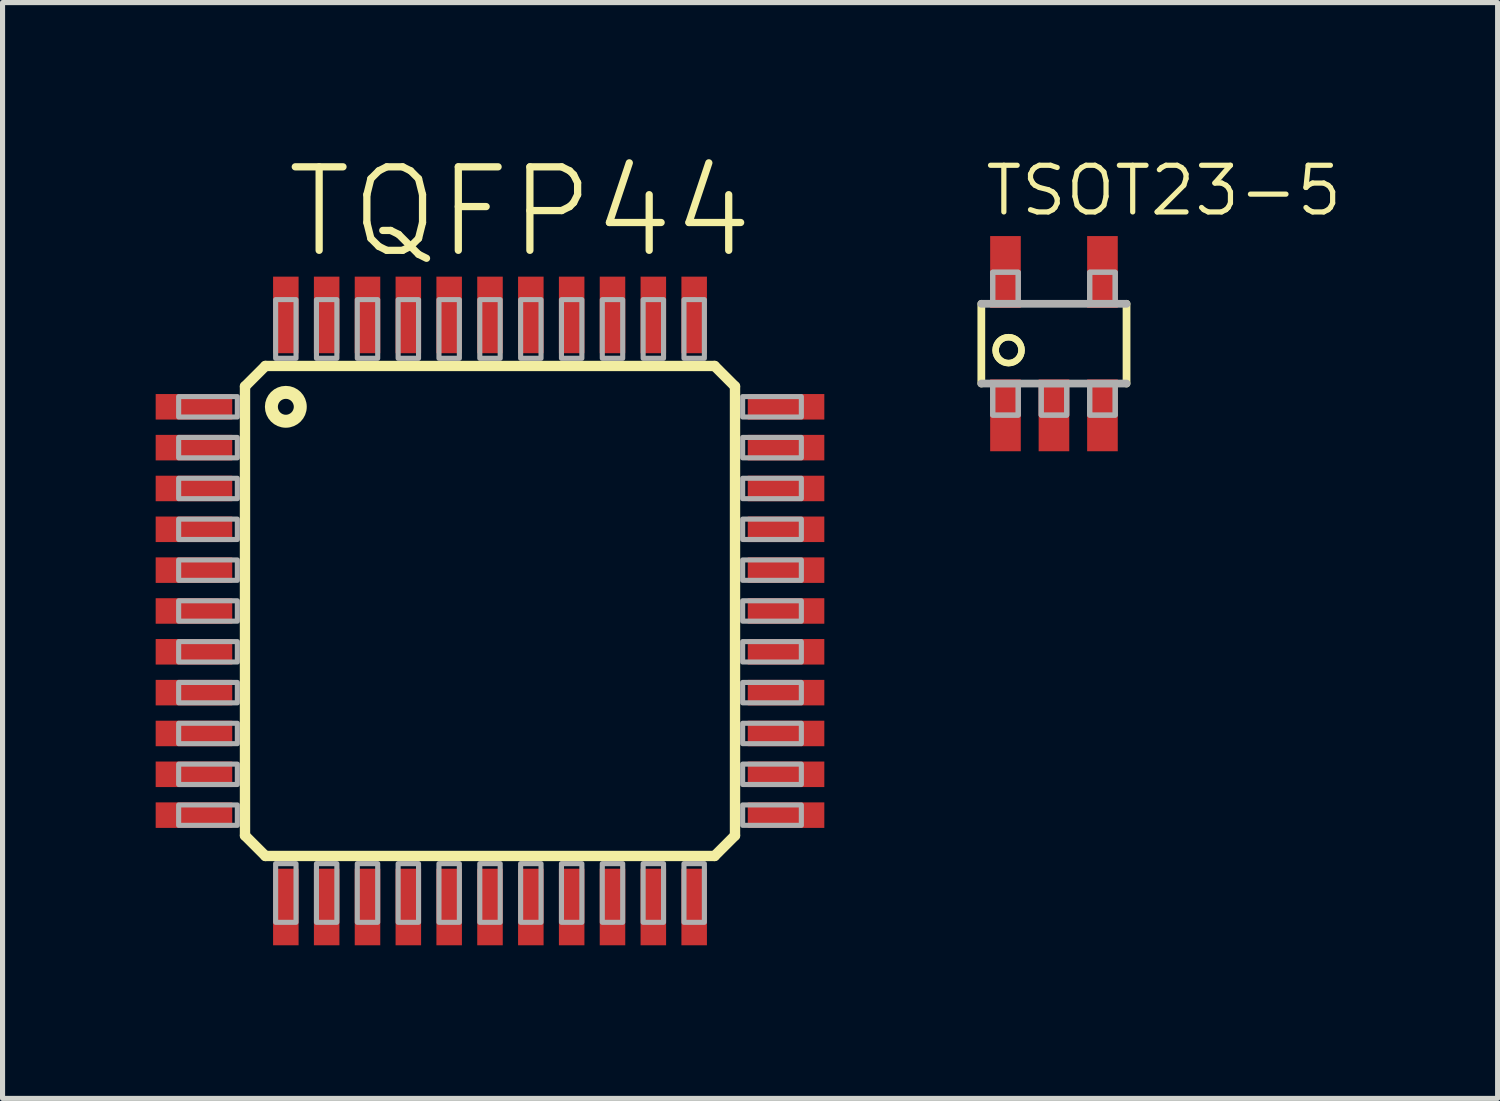
<source format=kicad_pcb>
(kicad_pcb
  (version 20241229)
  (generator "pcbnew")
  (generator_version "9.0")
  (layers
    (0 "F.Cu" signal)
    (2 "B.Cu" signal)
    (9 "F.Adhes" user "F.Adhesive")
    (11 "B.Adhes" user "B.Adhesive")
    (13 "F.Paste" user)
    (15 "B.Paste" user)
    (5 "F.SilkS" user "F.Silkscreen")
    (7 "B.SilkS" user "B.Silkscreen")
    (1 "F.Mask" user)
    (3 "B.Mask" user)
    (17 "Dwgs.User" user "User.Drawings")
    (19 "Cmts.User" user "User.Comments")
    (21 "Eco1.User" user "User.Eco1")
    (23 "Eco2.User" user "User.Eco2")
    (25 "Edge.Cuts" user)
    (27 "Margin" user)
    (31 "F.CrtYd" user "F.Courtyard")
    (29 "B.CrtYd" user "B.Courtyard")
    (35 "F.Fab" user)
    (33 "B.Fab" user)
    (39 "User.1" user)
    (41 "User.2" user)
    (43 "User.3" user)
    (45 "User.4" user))
  (footprint "TSOT23-5"
    (layer "F.Cu")
    (at 17.599 3.683)
    (property "Reference" "TSOT23-5" (at -1.397 -2.464 0) (layer "F.SilkS") (effects (font (size 0.914 0.914) (thickness 0.102)) (justify left bottom)))
    (fp_line (start -1.423 0.781) (end -1.423 -0.781) (stroke (width 0.152) (type solid)) (layer "F.SilkS"))
    (fp_line (start 1.422 -0.781) (end 1.422 0.781) (stroke (width 0.152) (type solid)) (layer "F.SilkS"))
    (fp_circle (center -0.889 0.127) (end -0.635 0.127) (stroke (width 0.127) (type solid)) (fill no) (layer "F.SilkS"))
    (fp_circle (center -0.889 0.127) (end -0.635 0.127) (stroke (width 0.127) (type solid)) (fill no) (layer "F.SilkS"))
    (fp_line (start -1.423 -0.781) (end 1.422 -0.781) (stroke (width 0.152) (type solid)) (layer "F.Fab"))
    (fp_line (start 1.422 0.781) (end -1.423 0.781) (stroke (width 0.152) (type solid)) (layer "F.Fab"))
    (fp_poly (pts (xy -1.2 -0.8) (xy -0.7 -0.8) (xy -0.7 -1.4) (xy -1.2 -1.4)) (stroke (width 0.1) (type solid)) (fill no) (layer "F.Fab"))
    (fp_poly (pts (xy -1.2 -0.8) (xy -0.7 -0.8) (xy -0.7 -1.4) (xy -1.2 -1.4)) (stroke (width 0.1) (type solid)) (fill no) (layer "F.Fab"))
    (fp_poly (pts (xy -1.2 1.4) (xy -0.7 1.4) (xy -0.7 0.8) (xy -1.2 0.8)) (stroke (width 0.1) (type solid)) (fill no) (layer "F.Fab"))
    (fp_poly (pts (xy -1.2 1.4) (xy -0.7 1.4) (xy -0.7 0.8) (xy -1.2 0.8)) (stroke (width 0.1) (type solid)) (fill no) (layer "F.Fab"))
    (fp_poly (pts (xy -0.25 1.4) (xy 0.25 1.4) (xy 0.25 0.8) (xy -0.25 0.8)) (stroke (width 0.1) (type solid)) (fill no) (layer "F.Fab"))
    (fp_poly (pts (xy -0.25 1.4) (xy 0.25 1.4) (xy 0.25 0.8) (xy -0.25 0.8)) (stroke (width 0.1) (type solid)) (fill no) (layer "F.Fab"))
    (fp_poly (pts (xy 0.7 -0.8) (xy 1.2 -0.8) (xy 1.2 -1.4) (xy 0.7 -1.4)) (stroke (width 0.1) (type solid)) (fill no) (layer "F.Fab"))
    (fp_poly (pts (xy 0.7 -0.8) (xy 1.2 -0.8) (xy 1.2 -1.4) (xy 0.7 -1.4)) (stroke (width 0.1) (type solid)) (fill no) (layer "F.Fab"))
    (fp_poly (pts (xy 0.7 1.4) (xy 1.2 1.4) (xy 1.2 0.8) (xy 0.7 0.8)) (stroke (width 0.1) (type solid)) (fill no) (layer "F.Fab"))
    (fp_poly (pts (xy 0.7 1.4) (xy 1.2 1.4) (xy 1.2 0.8) (xy 0.7 0.8)) (stroke (width 0.1) (type solid)) (fill no) (layer "F.Fab"))
    (pad "1" smd rect (at -0.95 1.404) (size 0.6 1.408) (layers "F.Cu" "F.Mask" "F.Paste"))
    (pad "2" smd rect (at 0 1.404) (size 0.6 1.408) (layers "F.Cu" "F.Mask" "F.Paste"))
    (pad "3" smd rect (at 0.95 1.404) (size 0.6 1.408) (layers "F.Cu" "F.Mask" "F.Paste"))
    (pad "4" smd rect (at 0.95 -1.404) (size 0.6 1.408) (layers "F.Cu" "F.Mask" "F.Paste"))
    (pad "5" smd rect (at -0.95 -1.404) (size 0.6 1.408) (layers "F.Cu" "F.Mask" "F.Paste")))
  (footprint "TQFP44"
    (layer "F.Cu")
    (at 6.55 8.92)
    (property "Reference" "TQFP44" (at -4.064 -6.858 0) (layer "F.SilkS") (effects (font (size 1.636 1.636) (thickness 0.142)) (justify left bottom)))
    (fp_line (start -4.8 -4.4) (end -4.4 -4.8) (stroke (width 0.203) (type solid)) (layer "F.SilkS"))
    (fp_line (start -4.8 4.4) (end -4.8 -4.4) (stroke (width 0.203) (type solid)) (layer "F.SilkS"))
    (fp_line (start -4.4 -4.8) (end 4.4 -4.8) (stroke (width 0.203) (type solid)) (layer "F.SilkS"))
    (fp_line (start -4.4 4.8) (end -4.8 4.4) (stroke (width 0.203) (type solid)) (layer "F.SilkS"))
    (fp_line (start 4.4 -4.8) (end 4.8 -4.4) (stroke (width 0.203) (type solid)) (layer "F.SilkS"))
    (fp_line (start 4.4 4.8) (end -4.4 4.8) (stroke (width 0.203) (type solid)) (layer "F.SilkS"))
    (fp_line (start 4.8 -4.4) (end 4.8 4.4) (stroke (width 0.203) (type solid)) (layer "F.SilkS"))
    (fp_line (start 4.8 4.4) (end 4.4 4.8) (stroke (width 0.203) (type solid)) (layer "F.SilkS"))
    (fp_circle (center -4 -4) (end -3.717 -4) (stroke (width 0.254) (type solid)) (fill no) (layer "F.SilkS"))
    (fp_poly (pts (xy -6.1 -3.8) (xy -4.95 -3.8) (xy -4.95 -4.2) (xy -6.1 -4.2)) (stroke (width 0.1) (type solid)) (fill no) (layer "F.Fab"))
    (fp_poly (pts (xy -6.1 -3) (xy -4.95 -3) (xy -4.95 -3.4) (xy -6.1 -3.4)) (stroke (width 0.1) (type solid)) (fill no) (layer "F.Fab"))
    (fp_poly (pts (xy -6.1 -2.2) (xy -4.95 -2.2) (xy -4.95 -2.6) (xy -6.1 -2.6)) (stroke (width 0.1) (type solid)) (fill no) (layer "F.Fab"))
    (fp_poly (pts (xy -6.1 -1.4) (xy -4.95 -1.4) (xy -4.95 -1.8) (xy -6.1 -1.8)) (stroke (width 0.1) (type solid)) (fill no) (layer "F.Fab"))
    (fp_poly (pts (xy -6.1 -0.6) (xy -4.95 -0.6) (xy -4.95 -1) (xy -6.1 -1)) (stroke (width 0.1) (type solid)) (fill no) (layer "F.Fab"))
    (fp_poly (pts (xy -6.1 0.2) (xy -4.95 0.2) (xy -4.95 -0.2) (xy -6.1 -0.2)) (stroke (width 0.1) (type solid)) (fill no) (layer "F.Fab"))
    (fp_poly (pts (xy -6.1 1) (xy -4.95 1) (xy -4.95 0.6) (xy -6.1 0.6)) (stroke (width 0.1) (type solid)) (fill no) (layer "F.Fab"))
    (fp_poly (pts (xy -6.1 1.8) (xy -4.95 1.8) (xy -4.95 1.4) (xy -6.1 1.4)) (stroke (width 0.1) (type solid)) (fill no) (layer "F.Fab"))
    (fp_poly (pts (xy -6.1 2.6) (xy -4.95 2.6) (xy -4.95 2.2) (xy -6.1 2.2)) (stroke (width 0.1) (type solid)) (fill no) (layer "F.Fab"))
    (fp_poly (pts (xy -6.1 3.4) (xy -4.95 3.4) (xy -4.95 3) (xy -6.1 3)) (stroke (width 0.1) (type solid)) (fill no) (layer "F.Fab"))
    (fp_poly (pts (xy -6.1 4.2) (xy -4.95 4.2) (xy -4.95 3.8) (xy -6.1 3.8)) (stroke (width 0.1) (type solid)) (fill no) (layer "F.Fab"))
    (fp_poly (pts (xy -4.2 -4.95) (xy -3.8 -4.95) (xy -3.8 -6.1) (xy -4.2 -6.1)) (stroke (width 0.1) (type solid)) (fill no) (layer "F.Fab"))
    (fp_poly (pts (xy -4.2 6.1) (xy -3.8 6.1) (xy -3.8 4.95) (xy -4.2 4.95)) (stroke (width 0.1) (type solid)) (fill no) (layer "F.Fab"))
    (fp_poly (pts (xy -3.4 -4.95) (xy -3 -4.95) (xy -3 -6.1) (xy -3.4 -6.1)) (stroke (width 0.1) (type solid)) (fill no) (layer "F.Fab"))
    (fp_poly (pts (xy -3.4 6.1) (xy -3 6.1) (xy -3 4.95) (xy -3.4 4.95)) (stroke (width 0.1) (type solid)) (fill no) (layer "F.Fab"))
    (fp_poly (pts (xy -2.6 -4.95) (xy -2.2 -4.95) (xy -2.2 -6.1) (xy -2.6 -6.1)) (stroke (width 0.1) (type solid)) (fill no) (layer "F.Fab"))
    (fp_poly (pts (xy -2.6 6.1) (xy -2.2 6.1) (xy -2.2 4.95) (xy -2.6 4.95)) (stroke (width 0.1) (type solid)) (fill no) (layer "F.Fab"))
    (fp_poly (pts (xy -1.8 -4.95) (xy -1.4 -4.95) (xy -1.4 -6.1) (xy -1.8 -6.1)) (stroke (width 0.1) (type solid)) (fill no) (layer "F.Fab"))
    (fp_poly (pts (xy -1.8 6.1) (xy -1.4 6.1) (xy -1.4 4.95) (xy -1.8 4.95)) (stroke (width 0.1) (type solid)) (fill no) (layer "F.Fab"))
    (fp_poly (pts (xy -1 -4.95) (xy -0.6 -4.95) (xy -0.6 -6.1) (xy -1 -6.1)) (stroke (width 0.1) (type solid)) (fill no) (layer "F.Fab"))
    (fp_poly (pts (xy -1 6.1) (xy -0.6 6.1) (xy -0.6 4.95) (xy -1 4.95)) (stroke (width 0.1) (type solid)) (fill no) (layer "F.Fab"))
    (fp_poly (pts (xy -0.2 -4.95) (xy 0.2 -4.95) (xy 0.2 -6.1) (xy -0.2 -6.1)) (stroke (width 0.1) (type solid)) (fill no) (layer "F.Fab"))
    (fp_poly (pts (xy -0.2 6.1) (xy 0.2 6.1) (xy 0.2 4.95) (xy -0.2 4.95)) (stroke (width 0.1) (type solid)) (fill no) (layer "F.Fab"))
    (fp_poly (pts (xy 0.6 -4.95) (xy 1 -4.95) (xy 1 -6.1) (xy 0.6 -6.1)) (stroke (width 0.1) (type solid)) (fill no) (layer "F.Fab"))
    (fp_poly (pts (xy 0.6 6.1) (xy 1 6.1) (xy 1 4.95) (xy 0.6 4.95)) (stroke (width 0.1) (type solid)) (fill no) (layer "F.Fab"))
    (fp_poly (pts (xy 1.4 -4.95) (xy 1.8 -4.95) (xy 1.8 -6.1) (xy 1.4 -6.1)) (stroke (width 0.1) (type solid)) (fill no) (layer "F.Fab"))
    (fp_poly (pts (xy 1.4 6.1) (xy 1.8 6.1) (xy 1.8 4.95) (xy 1.4 4.95)) (stroke (width 0.1) (type solid)) (fill no) (layer "F.Fab"))
    (fp_poly (pts (xy 2.2 -4.95) (xy 2.6 -4.95) (xy 2.6 -6.1) (xy 2.2 -6.1)) (stroke (width 0.1) (type solid)) (fill no) (layer "F.Fab"))
    (fp_poly (pts (xy 2.2 6.1) (xy 2.6 6.1) (xy 2.6 4.95) (xy 2.2 4.95)) (stroke (width 0.1) (type solid)) (fill no) (layer "F.Fab"))
    (fp_poly (pts (xy 3 -4.95) (xy 3.4 -4.95) (xy 3.4 -6.1) (xy 3 -6.1)) (stroke (width 0.1) (type solid)) (fill no) (layer "F.Fab"))
    (fp_poly (pts (xy 3 6.1) (xy 3.4 6.1) (xy 3.4 4.95) (xy 3 4.95)) (stroke (width 0.1) (type solid)) (fill no) (layer "F.Fab"))
    (fp_poly (pts (xy 3.8 -4.95) (xy 4.2 -4.95) (xy 4.2 -6.1) (xy 3.8 -6.1)) (stroke (width 0.1) (type solid)) (fill no) (layer "F.Fab"))
    (fp_poly (pts (xy 3.8 6.1) (xy 4.2 6.1) (xy 4.2 4.95) (xy 3.8 4.95)) (stroke (width 0.1) (type solid)) (fill no) (layer "F.Fab"))
    (fp_poly (pts (xy 4.95 -3.8) (xy 6.1 -3.8) (xy 6.1 -4.2) (xy 4.95 -4.2)) (stroke (width 0.1) (type solid)) (fill no) (layer "F.Fab"))
    (fp_poly (pts (xy 4.95 -3) (xy 6.1 -3) (xy 6.1 -3.4) (xy 4.95 -3.4)) (stroke (width 0.1) (type solid)) (fill no) (layer "F.Fab"))
    (fp_poly (pts (xy 4.95 -2.2) (xy 6.1 -2.2) (xy 6.1 -2.6) (xy 4.95 -2.6)) (stroke (width 0.1) (type solid)) (fill no) (layer "F.Fab"))
    (fp_poly (pts (xy 4.95 -1.4) (xy 6.1 -1.4) (xy 6.1 -1.8) (xy 4.95 -1.8)) (stroke (width 0.1) (type solid)) (fill no) (layer "F.Fab"))
    (fp_poly (pts (xy 4.95 -0.6) (xy 6.1 -0.6) (xy 6.1 -1) (xy 4.95 -1)) (stroke (width 0.1) (type solid)) (fill no) (layer "F.Fab"))
    (fp_poly (pts (xy 4.95 0.2) (xy 6.1 0.2) (xy 6.1 -0.2) (xy 4.95 -0.2)) (stroke (width 0.1) (type solid)) (fill no) (layer "F.Fab"))
    (fp_poly (pts (xy 4.95 1) (xy 6.1 1) (xy 6.1 0.6) (xy 4.95 0.6)) (stroke (width 0.1) (type solid)) (fill no) (layer "F.Fab"))
    (fp_poly (pts (xy 4.95 1.8) (xy 6.1 1.8) (xy 6.1 1.4) (xy 4.95 1.4)) (stroke (width 0.1) (type solid)) (fill no) (layer "F.Fab"))
    (fp_poly (pts (xy 4.95 2.6) (xy 6.1 2.6) (xy 6.1 2.2) (xy 4.95 2.2)) (stroke (width 0.1) (type solid)) (fill no) (layer "F.Fab"))
    (fp_poly (pts (xy 4.95 3.4) (xy 6.1 3.4) (xy 6.1 3) (xy 4.95 3)) (stroke (width 0.1) (type solid)) (fill no) (layer "F.Fab"))
    (fp_poly (pts (xy 4.95 4.2) (xy 6.1 4.2) (xy 6.1 3.8) (xy 4.95 3.8)) (stroke (width 0.1) (type solid)) (fill no) (layer "F.Fab"))
    (pad "1" smd rect (at -5.8 -4) (size 1.5 0.5) (layers "F.Cu" "F.Mask" "F.Paste"))
    (pad "2" smd rect (at -5.8 -3.2) (size 1.5 0.5) (layers "F.Cu" "F.Mask" "F.Paste"))
    (pad "3" smd rect (at -5.8 -2.4) (size 1.5 0.5) (layers "F.Cu" "F.Mask" "F.Paste"))
    (pad "4" smd rect (at -5.8 -1.6) (size 1.5 0.5) (layers "F.Cu" "F.Mask" "F.Paste"))
    (pad "5" smd rect (at -5.8 -0.8) (size 1.5 0.5) (layers "F.Cu" "F.Mask" "F.Paste"))
    (pad "6" smd rect (at -5.8 0) (size 1.5 0.5) (layers "F.Cu" "F.Mask" "F.Paste"))
    (pad "7" smd rect (at -5.8 0.8) (size 1.5 0.5) (layers "F.Cu" "F.Mask" "F.Paste"))
    (pad "8" smd rect (at -5.8 1.6) (size 1.5 0.5) (layers "F.Cu" "F.Mask" "F.Paste"))
    (pad "9" smd rect (at -5.8 2.4) (size 1.5 0.5) (layers "F.Cu" "F.Mask" "F.Paste"))
    (pad "10" smd rect (at -5.8 3.2) (size 1.5 0.5) (layers "F.Cu" "F.Mask" "F.Paste"))
    (pad "11" smd rect (at -5.8 4) (size 1.5 0.5) (layers "F.Cu" "F.Mask" "F.Paste"))
    (pad "12" smd rect (at -4 5.8) (size 0.5 1.5) (layers "F.Cu" "F.Mask" "F.Paste"))
    (pad "13" smd rect (at -3.2 5.8) (size 0.5 1.5) (layers "F.Cu" "F.Mask" "F.Paste"))
    (pad "14" smd rect (at -2.4 5.8) (size 0.5 1.5) (layers "F.Cu" "F.Mask" "F.Paste"))
    (pad "15" smd rect (at -1.6 5.8) (size 0.5 1.5) (layers "F.Cu" "F.Mask" "F.Paste"))
    (pad "16" smd rect (at -0.8 5.8) (size 0.5 1.5) (layers "F.Cu" "F.Mask" "F.Paste"))
    (pad "17" smd rect (at 0 5.8) (size 0.5 1.5) (layers "F.Cu" "F.Mask" "F.Paste"))
    (pad "18" smd rect (at 0.8 5.8) (size 0.5 1.5) (layers "F.Cu" "F.Mask" "F.Paste"))
    (pad "19" smd rect (at 1.6 5.8) (size 0.5 1.5) (layers "F.Cu" "F.Mask" "F.Paste"))
    (pad "20" smd rect (at 2.4 5.8) (size 0.5 1.5) (layers "F.Cu" "F.Mask" "F.Paste"))
    (pad "21" smd rect (at 3.2 5.8) (size 0.5 1.5) (layers "F.Cu" "F.Mask" "F.Paste"))
    (pad "22" smd rect (at 4 5.8) (size 0.5 1.5) (layers "F.Cu" "F.Mask" "F.Paste"))
    (pad "23" smd rect (at 5.8 4) (size 1.5 0.5) (layers "F.Cu" "F.Mask" "F.Paste"))
    (pad "24" smd rect (at 5.8 3.2) (size 1.5 0.5) (layers "F.Cu" "F.Mask" "F.Paste"))
    (pad "25" smd rect (at 5.8 2.4) (size 1.5 0.5) (layers "F.Cu" "F.Mask" "F.Paste"))
    (pad "26" smd rect (at 5.8 1.6) (size 1.5 0.5) (layers "F.Cu" "F.Mask" "F.Paste"))
    (pad "27" smd rect (at 5.8 0.8) (size 1.5 0.5) (layers "F.Cu" "F.Mask" "F.Paste"))
    (pad "28" smd rect (at 5.8 0) (size 1.5 0.5) (layers "F.Cu" "F.Mask" "F.Paste"))
    (pad "29" smd rect (at 5.8 -0.8) (size 1.5 0.5) (layers "F.Cu" "F.Mask" "F.Paste"))
    (pad "30" smd rect (at 5.8 -1.6) (size 1.5 0.5) (layers "F.Cu" "F.Mask" "F.Paste"))
    (pad "31" smd rect (at 5.8 -2.4) (size 1.5 0.5) (layers "F.Cu" "F.Mask" "F.Paste"))
    (pad "32" smd rect (at 5.8 -3.2) (size 1.5 0.5) (layers "F.Cu" "F.Mask" "F.Paste"))
    (pad "33" smd rect (at 5.8 -4) (size 1.5 0.5) (layers "F.Cu" "F.Mask" "F.Paste"))
    (pad "34" smd rect (at 4 -5.8) (size 0.5 1.5) (layers "F.Cu" "F.Mask" "F.Paste"))
    (pad "35" smd rect (at 3.2 -5.8) (size 0.5 1.5) (layers "F.Cu" "F.Mask" "F.Paste"))
    (pad "36" smd rect (at 2.4 -5.8) (size 0.5 1.5) (layers "F.Cu" "F.Mask" "F.Paste"))
    (pad "37" smd rect (at 1.6 -5.8) (size 0.5 1.5) (layers "F.Cu" "F.Mask" "F.Paste"))
    (pad "38" smd rect (at 0.8 -5.8) (size 0.5 1.5) (layers "F.Cu" "F.Mask" "F.Paste"))
    (pad "39" smd rect (at 0 -5.8) (size 0.5 1.5) (layers "F.Cu" "F.Mask" "F.Paste"))
    (pad "40" smd rect (at -0.8 -5.8) (size 0.5 1.5) (layers "F.Cu" "F.Mask" "F.Paste"))
    (pad "41" smd rect (at -1.6 -5.8) (size 0.5 1.5) (layers "F.Cu" "F.Mask" "F.Paste"))
    (pad "42" smd rect (at -2.4 -5.8) (size 0.5 1.5) (layers "F.Cu" "F.Mask" "F.Paste"))
    (pad "43" smd rect (at -3.2 -5.8) (size 0.5 1.5) (layers "F.Cu" "F.Mask" "F.Paste"))
    (pad "44" smd rect (at -4 -5.8) (size 0.5 1.5) (layers "F.Cu" "F.Mask" "F.Paste")))
  (gr_rect
    (start -3 -3)
    (end 26.291 18.47)
    (stroke (width 0.1) (type default))
    (fill no)
    (layer "Edge.Cuts")))
</source>
